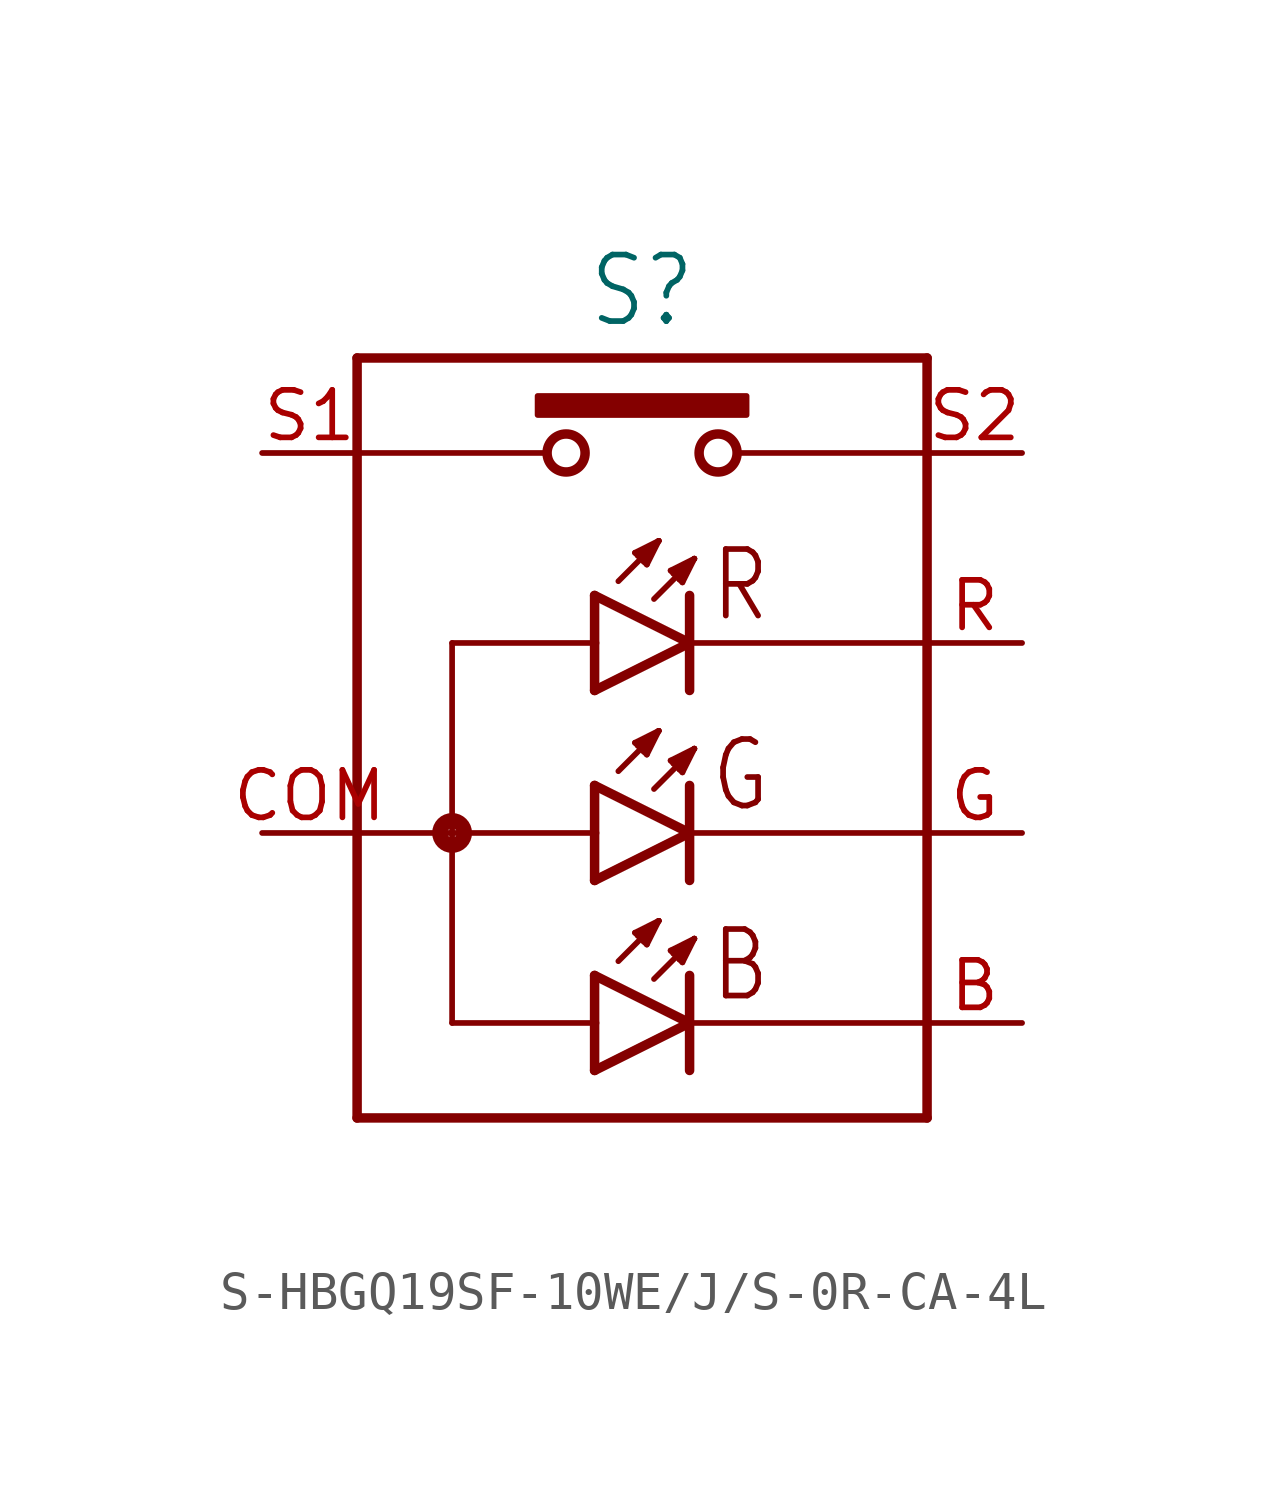
<source format=kicad_sym>
(kicad_symbol_lib
  (version 20231120)
  (generator "kicad_symbol_editor")
  (generator_version "8.0")
  (symbol "S-HBGQ19SF-10WE/J/S-0R-CA-4L"
    (property "Reference" "S"
      (at 0 10.922 0)
      (effects (font (size 1.778 1.511)) (justify bottom)))
    (property "Value" ""
      (at 0 -10.922 0)
      (effects (font (size 1.778 1.511)) (justify top)))
    (property "ki_locked" ""
      (at 0 0 0)
      (effects (font (size 1.27 1.27))))
    (symbol "S-HBGQ19SF-10WE/J/S-0R-CA-4L_1_0"
      (circle (center -5.08 -2.54) (radius 0.127) (stroke (width 0.406) (type solid)) (fill (type none)))
      (rectangle (start -2.794 8.636) (end 2.794 9.144) (stroke (width 0) (type default)) (fill (type outline)))
      (circle (center -2.032 7.62) (radius 0.508) (stroke (width 0.254) (type solid)) (fill (type none)))
      (polyline (pts (xy -7.62 -10.16) (xy -7.62 7.62)) (stroke (width 0.254) (type solid)) (fill (type none)))
      (polyline (pts (xy -7.62 -2.54) (xy -5.08 -2.54)) (stroke (width 0.152) (type solid)) (fill (type none)))
      (polyline (pts (xy -7.62 7.62) (xy -7.62 10.16)) (stroke (width 0.254) (type solid)) (fill (type none)))
      (polyline (pts (xy -7.62 7.62) (xy -2.54 7.62)) (stroke (width 0.152) (type solid)) (fill (type none)))
      (polyline (pts (xy -7.62 10.16) (xy 7.62 10.16)) (stroke (width 0.254) (type solid)) (fill (type none)))
      (polyline (pts (xy -5.08 -7.62) (xy -1.27 -7.62)) (stroke (width 0.152) (type solid)) (fill (type none)))
      (polyline (pts (xy -5.08 -2.54) (xy -5.08 -7.62)) (stroke (width 0.152) (type solid)) (fill (type none)))
      (polyline (pts (xy -5.08 -2.54) (xy -1.27 -2.54)) (stroke (width 0.152) (type solid)) (fill (type none)))
      (polyline (pts (xy -5.08 2.54) (xy -5.08 -2.54)) (stroke (width 0.152) (type solid)) (fill (type none)))
      (polyline (pts (xy -5.08 2.54) (xy -1.27 2.54)) (stroke (width 0.152) (type solid)) (fill (type none)))
      (polyline (pts (xy -1.27 -8.89) (xy 1.27 -7.62)) (stroke (width 0.254) (type solid)) (fill (type none)))
      (polyline (pts (xy -1.27 -7.62) (xy -1.27 -8.89)) (stroke (width 0.254) (type solid)) (fill (type none)))
      (polyline (pts (xy -1.27 -6.35) (xy -1.27 -7.62)) (stroke (width 0.254) (type solid)) (fill (type none)))
      (polyline (pts (xy -1.27 -3.81) (xy 1.27 -2.54)) (stroke (width 0.254) (type solid)) (fill (type none)))
      (polyline (pts (xy -1.27 -2.54) (xy -1.27 -3.81)) (stroke (width 0.254) (type solid)) (fill (type none)))
      (polyline (pts (xy -1.27 -1.27) (xy -1.27 -2.54)) (stroke (width 0.254) (type solid)) (fill (type none)))
      (polyline (pts (xy -1.27 1.27) (xy 1.27 2.54)) (stroke (width 0.254) (type solid)) (fill (type none)))
      (polyline (pts (xy -1.27 2.54) (xy -1.27 1.27)) (stroke (width 0.254) (type solid)) (fill (type none)))
      (polyline (pts (xy -1.27 3.81) (xy -1.27 2.54)) (stroke (width 0.254) (type solid)) (fill (type none)))
      (polyline (pts (xy -0.635 -5.969) (xy 0.445 -4.889)) (stroke (width 0.152) (type solid)) (fill (type none)))
      (polyline (pts (xy -0.635 -0.889) (xy 0.445 0.191)) (stroke (width 0.152) (type solid)) (fill (type none)))
      (polyline (pts (xy -0.635 4.191) (xy 0.445 5.271)) (stroke (width 0.152) (type solid)) (fill (type none)))
      (polyline (pts (xy -0.191 -5.207) (xy -0.111 -5.286)) (stroke (width 0.152) (type solid)) (fill (type none)))
      (polyline (pts (xy -0.191 -0.127) (xy -0.111 -0.206)) (stroke (width 0.152) (type solid)) (fill (type none)))
      (polyline (pts (xy -0.191 4.953) (xy -0.111 4.874)) (stroke (width 0.152) (type solid)) (fill (type none)))
      (polyline (pts (xy -0.111 -5.286) (xy 0.048 -5.445)) (stroke (width 0.152) (type solid)) (fill (type none)))
      (polyline (pts (xy -0.111 -0.206) (xy 0.048 -0.365)) (stroke (width 0.152) (type solid)) (fill (type none)))
      (polyline (pts (xy -0.111 4.874) (xy 0.048 4.715)) (stroke (width 0.152) (type solid)) (fill (type none)))
      (polyline (pts (xy 0.048 -5.445) (xy 0.127 -5.524)) (stroke (width 0.152) (type solid)) (fill (type none)))
      (polyline (pts (xy 0.048 -0.365) (xy 0.127 -0.445)) (stroke (width 0.152) (type solid)) (fill (type none)))
      (polyline (pts (xy 0.048 4.715) (xy 0.127 4.636)) (stroke (width 0.152) (type solid)) (fill (type none)))
      (polyline (pts (xy 0.127 -5.524) (xy 0.445 -4.889)) (stroke (width 0.152) (type solid)) (fill (type none)))
      (polyline (pts (xy 0.127 -0.445) (xy 0.445 0.191)) (stroke (width 0.152) (type solid)) (fill (type none)))
      (polyline (pts (xy 0.127 4.636) (xy 0.445 5.271)) (stroke (width 0.152) (type solid)) (fill (type none)))
      (polyline (pts (xy 0.318 -6.445) (xy 1.397 -5.366)) (stroke (width 0.152) (type solid)) (fill (type none)))
      (polyline (pts (xy 0.318 -1.365) (xy 1.397 -0.286)) (stroke (width 0.152) (type solid)) (fill (type none)))
      (polyline (pts (xy 0.318 3.715) (xy 1.397 4.794)) (stroke (width 0.152) (type solid)) (fill (type none)))
      (polyline (pts (xy 0.445 -4.889) (xy -0.191 -5.207)) (stroke (width 0.152) (type solid)) (fill (type none)))
      (polyline (pts (xy 0.445 -4.889) (xy -0.111 -5.286)) (stroke (width 0.152) (type solid)) (fill (type none)))
      (polyline (pts (xy 0.445 -4.889) (xy 0.048 -5.445)) (stroke (width 0.152) (type solid)) (fill (type none)))
      (polyline (pts (xy 0.445 0.191) (xy -0.191 -0.127)) (stroke (width 0.152) (type solid)) (fill (type none)))
      (polyline (pts (xy 0.445 0.191) (xy -0.111 -0.206)) (stroke (width 0.152) (type solid)) (fill (type none)))
      (polyline (pts (xy 0.445 0.191) (xy 0.048 -0.365)) (stroke (width 0.152) (type solid)) (fill (type none)))
      (polyline (pts (xy 0.445 5.271) (xy -0.191 4.953)) (stroke (width 0.152) (type solid)) (fill (type none)))
      (polyline (pts (xy 0.445 5.271) (xy -0.111 4.874)) (stroke (width 0.152) (type solid)) (fill (type none)))
      (polyline (pts (xy 0.445 5.271) (xy 0.048 4.715)) (stroke (width 0.152) (type solid)) (fill (type none)))
      (polyline (pts (xy 0.762 -5.683) (xy 0.841 -5.763)) (stroke (width 0.152) (type solid)) (fill (type none)))
      (polyline (pts (xy 0.762 -0.603) (xy 0.841 -0.683)) (stroke (width 0.152) (type solid)) (fill (type none)))
      (polyline (pts (xy 0.762 4.477) (xy 0.841 4.397)) (stroke (width 0.152) (type solid)) (fill (type none)))
      (polyline (pts (xy 0.841 -5.763) (xy 1 -5.921)) (stroke (width 0.152) (type solid)) (fill (type none)))
      (polyline (pts (xy 0.841 -0.683) (xy 1 -0.841)) (stroke (width 0.152) (type solid)) (fill (type none)))
      (polyline (pts (xy 0.841 4.397) (xy 1 4.239)) (stroke (width 0.152) (type solid)) (fill (type none)))
      (polyline (pts (xy 1 -5.921) (xy 1.079 -6.001)) (stroke (width 0.152) (type solid)) (fill (type none)))
      (polyline (pts (xy 1 -0.841) (xy 1.079 -0.921)) (stroke (width 0.152) (type solid)) (fill (type none)))
      (polyline (pts (xy 1 4.239) (xy 1.079 4.159)) (stroke (width 0.152) (type solid)) (fill (type none)))
      (polyline (pts (xy 1.079 -6.001) (xy 1.397 -5.366)) (stroke (width 0.152) (type solid)) (fill (type none)))
      (polyline (pts (xy 1.079 -0.921) (xy 1.397 -0.286)) (stroke (width 0.152) (type solid)) (fill (type none)))
      (polyline (pts (xy 1.079 4.159) (xy 1.397 4.794)) (stroke (width 0.152) (type solid)) (fill (type none)))
      (polyline (pts (xy 1.27 -7.62) (xy -1.27 -6.35)) (stroke (width 0.254) (type solid)) (fill (type none)))
      (polyline (pts (xy 1.27 -7.62) (xy 1.27 -8.89)) (stroke (width 0.254) (type solid)) (fill (type none)))
      (polyline (pts (xy 1.27 -6.35) (xy 1.27 -7.62)) (stroke (width 0.254) (type solid)) (fill (type none)))
      (polyline (pts (xy 1.27 -2.54) (xy -1.27 -1.27)) (stroke (width 0.254) (type solid)) (fill (type none)))
      (polyline (pts (xy 1.27 -2.54) (xy 1.27 -3.81)) (stroke (width 0.254) (type solid)) (fill (type none)))
      (polyline (pts (xy 1.27 -1.27) (xy 1.27 -2.54)) (stroke (width 0.254) (type solid)) (fill (type none)))
      (polyline (pts (xy 1.27 2.54) (xy -1.27 3.81)) (stroke (width 0.254) (type solid)) (fill (type none)))
      (polyline (pts (xy 1.27 2.54) (xy 1.27 1.27)) (stroke (width 0.254) (type solid)) (fill (type none)))
      (polyline (pts (xy 1.27 3.81) (xy 1.27 2.54)) (stroke (width 0.254) (type solid)) (fill (type none)))
      (polyline (pts (xy 1.397 -5.366) (xy 0.762 -5.683)) (stroke (width 0.152) (type solid)) (fill (type none)))
      (polyline (pts (xy 1.397 -5.366) (xy 0.841 -5.763)) (stroke (width 0.152) (type solid)) (fill (type none)))
      (polyline (pts (xy 1.397 -5.366) (xy 1 -5.921)) (stroke (width 0.152) (type solid)) (fill (type none)))
      (polyline (pts (xy 1.397 -0.286) (xy 0.762 -0.603)) (stroke (width 0.152) (type solid)) (fill (type none)))
      (polyline (pts (xy 1.397 -0.286) (xy 0.841 -0.683)) (stroke (width 0.152) (type solid)) (fill (type none)))
      (polyline (pts (xy 1.397 -0.286) (xy 1 -0.841)) (stroke (width 0.152) (type solid)) (fill (type none)))
      (polyline (pts (xy 1.397 4.794) (xy 0.762 4.477)) (stroke (width 0.152) (type solid)) (fill (type none)))
      (polyline (pts (xy 1.397 4.794) (xy 0.841 4.397)) (stroke (width 0.152) (type solid)) (fill (type none)))
      (polyline (pts (xy 1.397 4.794) (xy 1 4.239)) (stroke (width 0.152) (type solid)) (fill (type none)))
      (polyline (pts (xy 2.54 7.62) (xy 7.62 7.62)) (stroke (width 0.152) (type solid)) (fill (type none)))
      (polyline (pts (xy 7.62 -10.16) (xy -7.62 -10.16)) (stroke (width 0.254) (type solid)) (fill (type none)))
      (polyline (pts (xy 7.62 -7.62) (xy 1.27 -7.62)) (stroke (width 0.152) (type solid)) (fill (type none)))
      (polyline (pts (xy 7.62 -2.54) (xy 1.27 -2.54)) (stroke (width 0.152) (type solid)) (fill (type none)))
      (polyline (pts (xy 7.62 2.54) (xy 1.27 2.54)) (stroke (width 0.152) (type solid)) (fill (type none)))
      (polyline (pts (xy 7.62 2.54) (xy 7.62 -10.16)) (stroke (width 0.254) (type solid)) (fill (type none)))
      (polyline (pts (xy 7.62 10.16) (xy 7.62 2.54)) (stroke (width 0.254) (type solid)) (fill (type none)))
      (circle (center 2.032 7.62) (radius 0.508) (stroke (width 0.254) (type solid)) (fill (type none)))
      (text "B" (at 1.778 -7.112 0) (effects (font (size 1.778 1.511)) (justify left bottom)))
      (text "G" (at 1.778 -2.032 0) (effects (font (size 1.778 1.511)) (justify left bottom)))
      (text "R" (at 1.778 3.048 0) (effects (font (size 1.778 1.511)) (justify left bottom)))
      (pin passive line (at 10.16 -7.62 180) (length 2.54) (name "C-B" (effects (font (size 0 0)))) (number "B" (effects (font (size 1.27 1.27)))))
      (pin passive line (at -10.16 -2.54 0) (length 2.54) (name "A" (effects (font (size 0 0)))) (number "COM" (effects (font (size 1.27 1.27)))))
      (pin passive line (at 10.16 -2.54 180) (length 2.54) (name "C-G" (effects (font (size 0 0)))) (number "G" (effects (font (size 1.27 1.27)))))
      (pin passive line (at 10.16 2.54 180) (length 2.54) (name "C-R" (effects (font (size 0 0)))) (number "R" (effects (font (size 1.27 1.27)))))
      (pin passive line (at -10.16 7.62 0) (length 2.54) (name "S1" (effects (font (size 0 0)))) (number "S1" (effects (font (size 1.27 1.27)))))
      (pin passive line (at 10.16 7.62 180) (length 2.54) (name "S2" (effects (font (size 0 0)))) (number "S2" (effects (font (size 1.27 1.27))))))))
</source>
